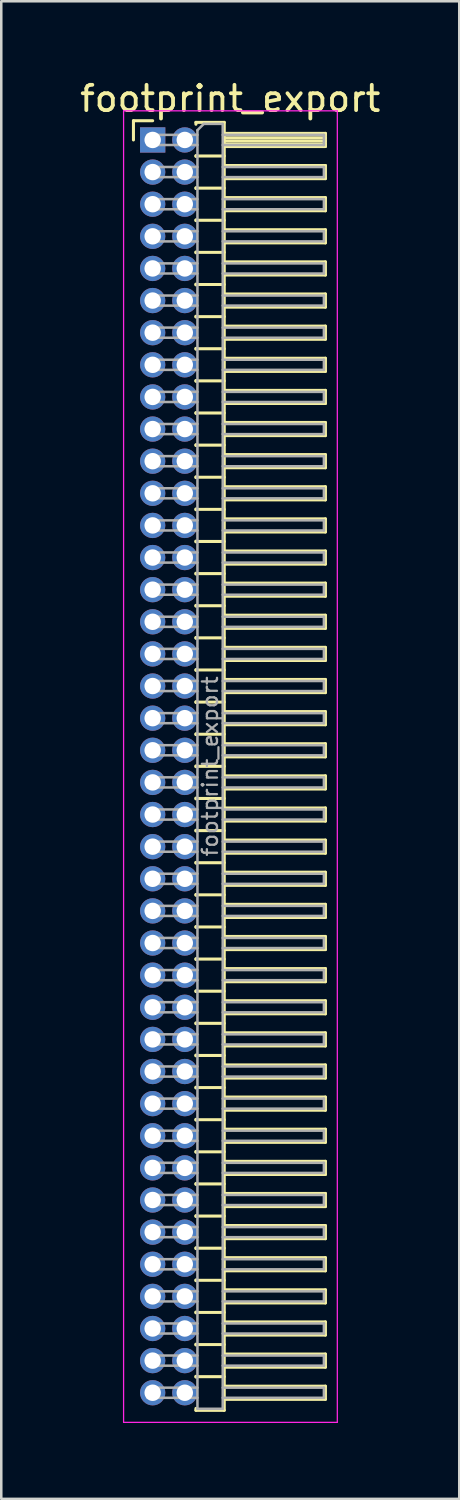
<source format=kicad_pcb>
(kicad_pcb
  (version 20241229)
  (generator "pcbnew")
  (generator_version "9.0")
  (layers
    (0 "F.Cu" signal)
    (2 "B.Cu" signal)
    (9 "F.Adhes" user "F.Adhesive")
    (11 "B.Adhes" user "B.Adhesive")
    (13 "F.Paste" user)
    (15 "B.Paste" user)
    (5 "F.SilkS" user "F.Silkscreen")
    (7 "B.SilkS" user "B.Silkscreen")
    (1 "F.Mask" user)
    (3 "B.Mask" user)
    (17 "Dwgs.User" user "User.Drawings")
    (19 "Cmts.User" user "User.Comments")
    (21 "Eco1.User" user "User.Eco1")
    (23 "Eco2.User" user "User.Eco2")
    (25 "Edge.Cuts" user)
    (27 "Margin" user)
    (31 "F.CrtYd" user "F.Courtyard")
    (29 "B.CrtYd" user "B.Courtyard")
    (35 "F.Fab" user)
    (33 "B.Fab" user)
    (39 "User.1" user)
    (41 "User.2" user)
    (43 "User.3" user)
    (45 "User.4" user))
  (footprint "footprint_export"
    (layer "F.Cu")
    (at 2.986 2.483)
    (property "Reference" "footprint_export" (at 3.067 -1.635 0) (layer "F.SilkS") (effects (font (size 1 1) (thickness 0.15))))
    (attr through_hole)
    (fp_line (start -0.76 -0.76) (end 0 -0.76) (stroke (width 0.12) (type solid)) (layer "F.SilkS"))
    (fp_line (start -0.76 0) (end -0.76 -0.76) (stroke (width 0.12) (type solid)) (layer "F.SilkS"))
    (fp_line (start 1.71 -0.695) (end 2.83 -0.695) (stroke (width 0.12) (type solid)) (layer "F.SilkS"))
    (fp_line (start 1.71 -0.62) (end 1.71 -0.695) (stroke (width 0.12) (type solid)) (layer "F.SilkS"))
    (fp_line (start 1.71 0.62) (end 1.71 0.65) (stroke (width 0.12) (type solid)) (layer "F.SilkS"))
    (fp_line (start 1.71 0.635) (end 2.83 0.635) (stroke (width 0.12) (type solid)) (layer "F.SilkS"))
    (fp_line (start 1.71 1.89) (end 1.71 1.92) (stroke (width 0.12) (type solid)) (layer "F.SilkS"))
    (fp_line (start 1.71 1.905) (end 2.83 1.905) (stroke (width 0.12) (type solid)) (layer "F.SilkS"))
    (fp_line (start 1.71 3.16) (end 1.71 3.19) (stroke (width 0.12) (type solid)) (layer "F.SilkS"))
    (fp_line (start 1.71 3.175) (end 2.83 3.175) (stroke (width 0.12) (type solid)) (layer "F.SilkS"))
    (fp_line (start 1.71 4.43) (end 1.71 4.46) (stroke (width 0.12) (type solid)) (layer "F.SilkS"))
    (fp_line (start 1.71 4.445) (end 2.83 4.445) (stroke (width 0.12) (type solid)) (layer "F.SilkS"))
    (fp_line (start 1.71 5.7) (end 1.71 5.73) (stroke (width 0.12) (type solid)) (layer "F.SilkS"))
    (fp_line (start 1.71 5.715) (end 2.83 5.715) (stroke (width 0.12) (type solid)) (layer "F.SilkS"))
    (fp_line (start 1.71 6.97) (end 1.71 7) (stroke (width 0.12) (type solid)) (layer "F.SilkS"))
    (fp_line (start 1.71 6.985) (end 2.83 6.985) (stroke (width 0.12) (type solid)) (layer "F.SilkS"))
    (fp_line (start 1.71 8.24) (end 1.71 8.27) (stroke (width 0.12) (type solid)) (layer "F.SilkS"))
    (fp_line (start 1.71 8.255) (end 2.83 8.255) (stroke (width 0.12) (type solid)) (layer "F.SilkS"))
    (fp_line (start 1.71 9.51) (end 1.71 9.54) (stroke (width 0.12) (type solid)) (layer "F.SilkS"))
    (fp_line (start 1.71 9.525) (end 2.83 9.525) (stroke (width 0.12) (type solid)) (layer "F.SilkS"))
    (fp_line (start 1.71 10.78) (end 1.71 10.81) (stroke (width 0.12) (type solid)) (layer "F.SilkS"))
    (fp_line (start 1.71 10.795) (end 2.83 10.795) (stroke (width 0.12) (type solid)) (layer "F.SilkS"))
    (fp_line (start 1.71 12.05) (end 1.71 12.08) (stroke (width 0.12) (type solid)) (layer "F.SilkS"))
    (fp_line (start 1.71 12.065) (end 2.83 12.065) (stroke (width 0.12) (type solid)) (layer "F.SilkS"))
    (fp_line (start 1.71 13.32) (end 1.71 13.35) (stroke (width 0.12) (type solid)) (layer "F.SilkS"))
    (fp_line (start 1.71 13.335) (end 2.83 13.335) (stroke (width 0.12) (type solid)) (layer "F.SilkS"))
    (fp_line (start 1.71 14.59) (end 1.71 14.62) (stroke (width 0.12) (type solid)) (layer "F.SilkS"))
    (fp_line (start 1.71 14.605) (end 2.83 14.605) (stroke (width 0.12) (type solid)) (layer "F.SilkS"))
    (fp_line (start 1.71 15.86) (end 1.71 15.89) (stroke (width 0.12) (type solid)) (layer "F.SilkS"))
    (fp_line (start 1.71 15.875) (end 2.83 15.875) (stroke (width 0.12) (type solid)) (layer "F.SilkS"))
    (fp_line (start 1.71 17.13) (end 1.71 17.16) (stroke (width 0.12) (type solid)) (layer "F.SilkS"))
    (fp_line (start 1.71 17.145) (end 2.83 17.145) (stroke (width 0.12) (type solid)) (layer "F.SilkS"))
    (fp_line (start 1.71 18.4) (end 1.71 18.43) (stroke (width 0.12) (type solid)) (layer "F.SilkS"))
    (fp_line (start 1.71 18.415) (end 2.83 18.415) (stroke (width 0.12) (type solid)) (layer "F.SilkS"))
    (fp_line (start 1.71 19.67) (end 1.71 19.7) (stroke (width 0.12) (type solid)) (layer "F.SilkS"))
    (fp_line (start 1.71 19.685) (end 2.83 19.685) (stroke (width 0.12) (type solid)) (layer "F.SilkS"))
    (fp_line (start 1.71 20.94) (end 1.71 20.97) (stroke (width 0.12) (type solid)) (layer "F.SilkS"))
    (fp_line (start 1.71 20.955) (end 2.83 20.955) (stroke (width 0.12) (type solid)) (layer "F.SilkS"))
    (fp_line (start 1.71 22.21) (end 1.71 22.24) (stroke (width 0.12) (type solid)) (layer "F.SilkS"))
    (fp_line (start 1.71 22.225) (end 2.83 22.225) (stroke (width 0.12) (type solid)) (layer "F.SilkS"))
    (fp_line (start 1.71 23.48) (end 1.71 23.51) (stroke (width 0.12) (type solid)) (layer "F.SilkS"))
    (fp_line (start 1.71 23.495) (end 2.83 23.495) (stroke (width 0.12) (type solid)) (layer "F.SilkS"))
    (fp_line (start 1.71 24.75) (end 1.71 24.78) (stroke (width 0.12) (type solid)) (layer "F.SilkS"))
    (fp_line (start 1.71 24.765) (end 2.83 24.765) (stroke (width 0.12) (type solid)) (layer "F.SilkS"))
    (fp_line (start 1.71 26.02) (end 1.71 26.05) (stroke (width 0.12) (type solid)) (layer "F.SilkS"))
    (fp_line (start 1.71 26.035) (end 2.83 26.035) (stroke (width 0.12) (type solid)) (layer "F.SilkS"))
    (fp_line (start 1.71 27.29) (end 1.71 27.32) (stroke (width 0.12) (type solid)) (layer "F.SilkS"))
    (fp_line (start 1.71 27.305) (end 2.83 27.305) (stroke (width 0.12) (type solid)) (layer "F.SilkS"))
    (fp_line (start 1.71 28.56) (end 1.71 28.59) (stroke (width 0.12) (type solid)) (layer "F.SilkS"))
    (fp_line (start 1.71 28.575) (end 2.83 28.575) (stroke (width 0.12) (type solid)) (layer "F.SilkS"))
    (fp_line (start 1.71 29.83) (end 1.71 29.86) (stroke (width 0.12) (type solid)) (layer "F.SilkS"))
    (fp_line (start 1.71 29.845) (end 2.83 29.845) (stroke (width 0.12) (type solid)) (layer "F.SilkS"))
    (fp_line (start 1.71 31.1) (end 1.71 31.13) (stroke (width 0.12) (type solid)) (layer "F.SilkS"))
    (fp_line (start 1.71 31.115) (end 2.83 31.115) (stroke (width 0.12) (type solid)) (layer "F.SilkS"))
    (fp_line (start 1.71 32.37) (end 1.71 32.4) (stroke (width 0.12) (type solid)) (layer "F.SilkS"))
    (fp_line (start 1.71 32.385) (end 2.83 32.385) (stroke (width 0.12) (type solid)) (layer "F.SilkS"))
    (fp_line (start 1.71 33.64) (end 1.71 33.67) (stroke (width 0.12) (type solid)) (layer "F.SilkS"))
    (fp_line (start 1.71 33.655) (end 2.83 33.655) (stroke (width 0.12) (type solid)) (layer "F.SilkS"))
    (fp_line (start 1.71 34.91) (end 1.71 34.94) (stroke (width 0.12) (type solid)) (layer "F.SilkS"))
    (fp_line (start 1.71 34.925) (end 2.83 34.925) (stroke (width 0.12) (type solid)) (layer "F.SilkS"))
    (fp_line (start 1.71 36.18) (end 1.71 36.21) (stroke (width 0.12) (type solid)) (layer "F.SilkS"))
    (fp_line (start 1.71 36.195) (end 2.83 36.195) (stroke (width 0.12) (type solid)) (layer "F.SilkS"))
    (fp_line (start 1.71 37.45) (end 1.71 37.48) (stroke (width 0.12) (type solid)) (layer "F.SilkS"))
    (fp_line (start 1.71 37.465) (end 2.83 37.465) (stroke (width 0.12) (type solid)) (layer "F.SilkS"))
    (fp_line (start 1.71 38.72) (end 1.71 38.75) (stroke (width 0.12) (type solid)) (layer "F.SilkS"))
    (fp_line (start 1.71 38.735) (end 2.83 38.735) (stroke (width 0.12) (type solid)) (layer "F.SilkS"))
    (fp_line (start 1.71 39.99) (end 1.71 40.02) (stroke (width 0.12) (type solid)) (layer "F.SilkS"))
    (fp_line (start 1.71 40.005) (end 2.83 40.005) (stroke (width 0.12) (type solid)) (layer "F.SilkS"))
    (fp_line (start 1.71 41.26) (end 1.71 41.29) (stroke (width 0.12) (type solid)) (layer "F.SilkS"))
    (fp_line (start 1.71 41.275) (end 2.83 41.275) (stroke (width 0.12) (type solid)) (layer "F.SilkS"))
    (fp_line (start 1.71 42.53) (end 1.71 42.56) (stroke (width 0.12) (type solid)) (layer "F.SilkS"))
    (fp_line (start 1.71 42.545) (end 2.83 42.545) (stroke (width 0.12) (type solid)) (layer "F.SilkS"))
    (fp_line (start 1.71 43.8) (end 1.71 43.83) (stroke (width 0.12) (type solid)) (layer "F.SilkS"))
    (fp_line (start 1.71 43.815) (end 2.83 43.815) (stroke (width 0.12) (type solid)) (layer "F.SilkS"))
    (fp_line (start 1.71 45.07) (end 1.71 45.1) (stroke (width 0.12) (type solid)) (layer "F.SilkS"))
    (fp_line (start 1.71 45.085) (end 2.83 45.085) (stroke (width 0.12) (type solid)) (layer "F.SilkS"))
    (fp_line (start 1.71 46.34) (end 1.71 46.37) (stroke (width 0.12) (type solid)) (layer "F.SilkS"))
    (fp_line (start 1.71 46.355) (end 2.83 46.355) (stroke (width 0.12) (type solid)) (layer "F.SilkS"))
    (fp_line (start 1.71 47.61) (end 1.71 47.64) (stroke (width 0.12) (type solid)) (layer "F.SilkS"))
    (fp_line (start 1.71 47.625) (end 2.83 47.625) (stroke (width 0.12) (type solid)) (layer "F.SilkS"))
    (fp_line (start 1.71 48.88) (end 1.71 48.91) (stroke (width 0.12) (type solid)) (layer "F.SilkS"))
    (fp_line (start 1.71 48.895) (end 2.83 48.895) (stroke (width 0.12) (type solid)) (layer "F.SilkS"))
    (fp_line (start 1.71 50.225) (end 1.71 50.15) (stroke (width 0.12) (type solid)) (layer "F.SilkS"))
    (fp_line (start 2.83 -0.695) (end 2.83 50.225) (stroke (width 0.12) (type solid)) (layer "F.SilkS"))
    (fp_line (start 2.83 -0.26) (end 6.83 -0.26) (stroke (width 0.12) (type solid)) (layer "F.SilkS"))
    (fp_line (start 2.83 -0.2) (end 6.83 -0.2) (stroke (width 0.12) (type solid)) (layer "F.SilkS"))
    (fp_line (start 2.83 -0.08) (end 6.83 -0.08) (stroke (width 0.12) (type solid)) (layer "F.SilkS"))
    (fp_line (start 2.83 0.04) (end 6.83 0.04) (stroke (width 0.12) (type solid)) (layer "F.SilkS"))
    (fp_line (start 2.83 0.16) (end 6.83 0.16) (stroke (width 0.12) (type solid)) (layer "F.SilkS"))
    (fp_line (start 2.83 1.01) (end 6.83 1.01) (stroke (width 0.12) (type solid)) (layer "F.SilkS"))
    (fp_line (start 2.83 2.28) (end 6.83 2.28) (stroke (width 0.12) (type solid)) (layer "F.SilkS"))
    (fp_line (start 2.83 3.55) (end 6.83 3.55) (stroke (width 0.12) (type solid)) (layer "F.SilkS"))
    (fp_line (start 2.83 4.82) (end 6.83 4.82) (stroke (width 0.12) (type solid)) (layer "F.SilkS"))
    (fp_line (start 2.83 6.09) (end 6.83 6.09) (stroke (width 0.12) (type solid)) (layer "F.SilkS"))
    (fp_line (start 2.83 7.36) (end 6.83 7.36) (stroke (width 0.12) (type solid)) (layer "F.SilkS"))
    (fp_line (start 2.83 8.63) (end 6.83 8.63) (stroke (width 0.12) (type solid)) (layer "F.SilkS"))
    (fp_line (start 2.83 9.9) (end 6.83 9.9) (stroke (width 0.12) (type solid)) (layer "F.SilkS"))
    (fp_line (start 2.83 11.17) (end 6.83 11.17) (stroke (width 0.12) (type solid)) (layer "F.SilkS"))
    (fp_line (start 2.83 12.44) (end 6.83 12.44) (stroke (width 0.12) (type solid)) (layer "F.SilkS"))
    (fp_line (start 2.83 13.71) (end 6.83 13.71) (stroke (width 0.12) (type solid)) (layer "F.SilkS"))
    (fp_line (start 2.83 14.98) (end 6.83 14.98) (stroke (width 0.12) (type solid)) (layer "F.SilkS"))
    (fp_line (start 2.83 16.25) (end 6.83 16.25) (stroke (width 0.12) (type solid)) (layer "F.SilkS"))
    (fp_line (start 2.83 17.52) (end 6.83 17.52) (stroke (width 0.12) (type solid)) (layer "F.SilkS"))
    (fp_line (start 2.83 18.79) (end 6.83 18.79) (stroke (width 0.12) (type solid)) (layer "F.SilkS"))
    (fp_line (start 2.83 20.06) (end 6.83 20.06) (stroke (width 0.12) (type solid)) (layer "F.SilkS"))
    (fp_line (start 2.83 21.33) (end 6.83 21.33) (stroke (width 0.12) (type solid)) (layer "F.SilkS"))
    (fp_line (start 2.83 22.6) (end 6.83 22.6) (stroke (width 0.12) (type solid)) (layer "F.SilkS"))
    (fp_line (start 2.83 23.87) (end 6.83 23.87) (stroke (width 0.12) (type solid)) (layer "F.SilkS"))
    (fp_line (start 2.83 25.14) (end 6.83 25.14) (stroke (width 0.12) (type solid)) (layer "F.SilkS"))
    (fp_line (start 2.83 26.41) (end 6.83 26.41) (stroke (width 0.12) (type solid)) (layer "F.SilkS"))
    (fp_line (start 2.83 27.68) (end 6.83 27.68) (stroke (width 0.12) (type solid)) (layer "F.SilkS"))
    (fp_line (start 2.83 28.95) (end 6.83 28.95) (stroke (width 0.12) (type solid)) (layer "F.SilkS"))
    (fp_line (start 2.83 30.22) (end 6.83 30.22) (stroke (width 0.12) (type solid)) (layer "F.SilkS"))
    (fp_line (start 2.83 31.49) (end 6.83 31.49) (stroke (width 0.12) (type solid)) (layer "F.SilkS"))
    (fp_line (start 2.83 32.76) (end 6.83 32.76) (stroke (width 0.12) (type solid)) (layer "F.SilkS"))
    (fp_line (start 2.83 34.03) (end 6.83 34.03) (stroke (width 0.12) (type solid)) (layer "F.SilkS"))
    (fp_line (start 2.83 35.3) (end 6.83 35.3) (stroke (width 0.12) (type solid)) (layer "F.SilkS"))
    (fp_line (start 2.83 36.57) (end 6.83 36.57) (stroke (width 0.12) (type solid)) (layer "F.SilkS"))
    (fp_line (start 2.83 37.84) (end 6.83 37.84) (stroke (width 0.12) (type solid)) (layer "F.SilkS"))
    (fp_line (start 2.83 39.11) (end 6.83 39.11) (stroke (width 0.12) (type solid)) (layer "F.SilkS"))
    (fp_line (start 2.83 40.38) (end 6.83 40.38) (stroke (width 0.12) (type solid)) (layer "F.SilkS"))
    (fp_line (start 2.83 41.65) (end 6.83 41.65) (stroke (width 0.12) (type solid)) (layer "F.SilkS"))
    (fp_line (start 2.83 42.92) (end 6.83 42.92) (stroke (width 0.12) (type solid)) (layer "F.SilkS"))
    (fp_line (start 2.83 44.19) (end 6.83 44.19) (stroke (width 0.12) (type solid)) (layer "F.SilkS"))
    (fp_line (start 2.83 45.46) (end 6.83 45.46) (stroke (width 0.12) (type solid)) (layer "F.SilkS"))
    (fp_line (start 2.83 46.73) (end 6.83 46.73) (stroke (width 0.12) (type solid)) (layer "F.SilkS"))
    (fp_line (start 2.83 48) (end 6.83 48) (stroke (width 0.12) (type solid)) (layer "F.SilkS"))
    (fp_line (start 2.83 49.27) (end 6.83 49.27) (stroke (width 0.12) (type solid)) (layer "F.SilkS"))
    (fp_line (start 2.83 50.225) (end 1.71 50.225) (stroke (width 0.12) (type solid)) (layer "F.SilkS"))
    (fp_line (start 6.83 -0.26) (end 6.83 0.26) (stroke (width 0.12) (type solid)) (layer "F.SilkS"))
    (fp_line (start 6.83 0.26) (end 2.83 0.26) (stroke (width 0.12) (type solid)) (layer "F.SilkS"))
    (fp_line (start 6.83 1.01) (end 6.83 1.53) (stroke (width 0.12) (type solid)) (layer "F.SilkS"))
    (fp_line (start 6.83 1.53) (end 2.83 1.53) (stroke (width 0.12) (type solid)) (layer "F.SilkS"))
    (fp_line (start 6.83 2.28) (end 6.83 2.8) (stroke (width 0.12) (type solid)) (layer "F.SilkS"))
    (fp_line (start 6.83 2.8) (end 2.83 2.8) (stroke (width 0.12) (type solid)) (layer "F.SilkS"))
    (fp_line (start 6.83 3.55) (end 6.83 4.07) (stroke (width 0.12) (type solid)) (layer "F.SilkS"))
    (fp_line (start 6.83 4.07) (end 2.83 4.07) (stroke (width 0.12) (type solid)) (layer "F.SilkS"))
    (fp_line (start 6.83 4.82) (end 6.83 5.34) (stroke (width 0.12) (type solid)) (layer "F.SilkS"))
    (fp_line (start 6.83 5.34) (end 2.83 5.34) (stroke (width 0.12) (type solid)) (layer "F.SilkS"))
    (fp_line (start 6.83 6.09) (end 6.83 6.61) (stroke (width 0.12) (type solid)) (layer "F.SilkS"))
    (fp_line (start 6.83 6.61) (end 2.83 6.61) (stroke (width 0.12) (type solid)) (layer "F.SilkS"))
    (fp_line (start 6.83 7.36) (end 6.83 7.88) (stroke (width 0.12) (type solid)) (layer "F.SilkS"))
    (fp_line (start 6.83 7.88) (end 2.83 7.88) (stroke (width 0.12) (type solid)) (layer "F.SilkS"))
    (fp_line (start 6.83 8.63) (end 6.83 9.15) (stroke (width 0.12) (type solid)) (layer "F.SilkS"))
    (fp_line (start 6.83 9.15) (end 2.83 9.15) (stroke (width 0.12) (type solid)) (layer "F.SilkS"))
    (fp_line (start 6.83 9.9) (end 6.83 10.42) (stroke (width 0.12) (type solid)) (layer "F.SilkS"))
    (fp_line (start 6.83 10.42) (end 2.83 10.42) (stroke (width 0.12) (type solid)) (layer "F.SilkS"))
    (fp_line (start 6.83 11.17) (end 6.83 11.69) (stroke (width 0.12) (type solid)) (layer "F.SilkS"))
    (fp_line (start 6.83 11.69) (end 2.83 11.69) (stroke (width 0.12) (type solid)) (layer "F.SilkS"))
    (fp_line (start 6.83 12.44) (end 6.83 12.96) (stroke (width 0.12) (type solid)) (layer "F.SilkS"))
    (fp_line (start 6.83 12.96) (end 2.83 12.96) (stroke (width 0.12) (type solid)) (layer "F.SilkS"))
    (fp_line (start 6.83 13.71) (end 6.83 14.23) (stroke (width 0.12) (type solid)) (layer "F.SilkS"))
    (fp_line (start 6.83 14.23) (end 2.83 14.23) (stroke (width 0.12) (type solid)) (layer "F.SilkS"))
    (fp_line (start 6.83 14.98) (end 6.83 15.5) (stroke (width 0.12) (type solid)) (layer "F.SilkS"))
    (fp_line (start 6.83 15.5) (end 2.83 15.5) (stroke (width 0.12) (type solid)) (layer "F.SilkS"))
    (fp_line (start 6.83 16.25) (end 6.83 16.77) (stroke (width 0.12) (type solid)) (layer "F.SilkS"))
    (fp_line (start 6.83 16.77) (end 2.83 16.77) (stroke (width 0.12) (type solid)) (layer "F.SilkS"))
    (fp_line (start 6.83 17.52) (end 6.83 18.04) (stroke (width 0.12) (type solid)) (layer "F.SilkS"))
    (fp_line (start 6.83 18.04) (end 2.83 18.04) (stroke (width 0.12) (type solid)) (layer "F.SilkS"))
    (fp_line (start 6.83 18.79) (end 6.83 19.31) (stroke (width 0.12) (type solid)) (layer "F.SilkS"))
    (fp_line (start 6.83 19.31) (end 2.83 19.31) (stroke (width 0.12) (type solid)) (layer "F.SilkS"))
    (fp_line (start 6.83 20.06) (end 6.83 20.58) (stroke (width 0.12) (type solid)) (layer "F.SilkS"))
    (fp_line (start 6.83 20.58) (end 2.83 20.58) (stroke (width 0.12) (type solid)) (layer "F.SilkS"))
    (fp_line (start 6.83 21.33) (end 6.83 21.85) (stroke (width 0.12) (type solid)) (layer "F.SilkS"))
    (fp_line (start 6.83 21.85) (end 2.83 21.85) (stroke (width 0.12) (type solid)) (layer "F.SilkS"))
    (fp_line (start 6.83 22.6) (end 6.83 23.12) (stroke (width 0.12) (type solid)) (layer "F.SilkS"))
    (fp_line (start 6.83 23.12) (end 2.83 23.12) (stroke (width 0.12) (type solid)) (layer "F.SilkS"))
    (fp_line (start 6.83 23.87) (end 6.83 24.39) (stroke (width 0.12) (type solid)) (layer "F.SilkS"))
    (fp_line (start 6.83 24.39) (end 2.83 24.39) (stroke (width 0.12) (type solid)) (layer "F.SilkS"))
    (fp_line (start 6.83 25.14) (end 6.83 25.66) (stroke (width 0.12) (type solid)) (layer "F.SilkS"))
    (fp_line (start 6.83 25.66) (end 2.83 25.66) (stroke (width 0.12) (type solid)) (layer "F.SilkS"))
    (fp_line (start 6.83 26.41) (end 6.83 26.93) (stroke (width 0.12) (type solid)) (layer "F.SilkS"))
    (fp_line (start 6.83 26.93) (end 2.83 26.93) (stroke (width 0.12) (type solid)) (layer "F.SilkS"))
    (fp_line (start 6.83 27.68) (end 6.83 28.2) (stroke (width 0.12) (type solid)) (layer "F.SilkS"))
    (fp_line (start 6.83 28.2) (end 2.83 28.2) (stroke (width 0.12) (type solid)) (layer "F.SilkS"))
    (fp_line (start 6.83 28.95) (end 6.83 29.47) (stroke (width 0.12) (type solid)) (layer "F.SilkS"))
    (fp_line (start 6.83 29.47) (end 2.83 29.47) (stroke (width 0.12) (type solid)) (layer "F.SilkS"))
    (fp_line (start 6.83 30.22) (end 6.83 30.74) (stroke (width 0.12) (type solid)) (layer "F.SilkS"))
    (fp_line (start 6.83 30.74) (end 2.83 30.74) (stroke (width 0.12) (type solid)) (layer "F.SilkS"))
    (fp_line (start 6.83 31.49) (end 6.83 32.01) (stroke (width 0.12) (type solid)) (layer "F.SilkS"))
    (fp_line (start 6.83 32.01) (end 2.83 32.01) (stroke (width 0.12) (type solid)) (layer "F.SilkS"))
    (fp_line (start 6.83 32.76) (end 6.83 33.28) (stroke (width 0.12) (type solid)) (layer "F.SilkS"))
    (fp_line (start 6.83 33.28) (end 2.83 33.28) (stroke (width 0.12) (type solid)) (layer "F.SilkS"))
    (fp_line (start 6.83 34.03) (end 6.83 34.55) (stroke (width 0.12) (type solid)) (layer "F.SilkS"))
    (fp_line (start 6.83 34.55) (end 2.83 34.55) (stroke (width 0.12) (type solid)) (layer "F.SilkS"))
    (fp_line (start 6.83 35.3) (end 6.83 35.82) (stroke (width 0.12) (type solid)) (layer "F.SilkS"))
    (fp_line (start 6.83 35.82) (end 2.83 35.82) (stroke (width 0.12) (type solid)) (layer "F.SilkS"))
    (fp_line (start 6.83 36.57) (end 6.83 37.09) (stroke (width 0.12) (type solid)) (layer "F.SilkS"))
    (fp_line (start 6.83 37.09) (end 2.83 37.09) (stroke (width 0.12) (type solid)) (layer "F.SilkS"))
    (fp_line (start 6.83 37.84) (end 6.83 38.36) (stroke (width 0.12) (type solid)) (layer "F.SilkS"))
    (fp_line (start 6.83 38.36) (end 2.83 38.36) (stroke (width 0.12) (type solid)) (layer "F.SilkS"))
    (fp_line (start 6.83 39.11) (end 6.83 39.63) (stroke (width 0.12) (type solid)) (layer "F.SilkS"))
    (fp_line (start 6.83 39.63) (end 2.83 39.63) (stroke (width 0.12) (type solid)) (layer "F.SilkS"))
    (fp_line (start 6.83 40.38) (end 6.83 40.9) (stroke (width 0.12) (type solid)) (layer "F.SilkS"))
    (fp_line (start 6.83 40.9) (end 2.83 40.9) (stroke (width 0.12) (type solid)) (layer "F.SilkS"))
    (fp_line (start 6.83 41.65) (end 6.83 42.17) (stroke (width 0.12) (type solid)) (layer "F.SilkS"))
    (fp_line (start 6.83 42.17) (end 2.83 42.17) (stroke (width 0.12) (type solid)) (layer "F.SilkS"))
    (fp_line (start 6.83 42.92) (end 6.83 43.44) (stroke (width 0.12) (type solid)) (layer "F.SilkS"))
    (fp_line (start 6.83 43.44) (end 2.83 43.44) (stroke (width 0.12) (type solid)) (layer "F.SilkS"))
    (fp_line (start 6.83 44.19) (end 6.83 44.71) (stroke (width 0.12) (type solid)) (layer "F.SilkS"))
    (fp_line (start 6.83 44.71) (end 2.83 44.71) (stroke (width 0.12) (type solid)) (layer "F.SilkS"))
    (fp_line (start 6.83 45.46) (end 6.83 45.98) (stroke (width 0.12) (type solid)) (layer "F.SilkS"))
    (fp_line (start 6.83 45.98) (end 2.83 45.98) (stroke (width 0.12) (type solid)) (layer "F.SilkS"))
    (fp_line (start 6.83 46.73) (end 6.83 47.25) (stroke (width 0.12) (type solid)) (layer "F.SilkS"))
    (fp_line (start 6.83 47.25) (end 2.83 47.25) (stroke (width 0.12) (type solid)) (layer "F.SilkS"))
    (fp_line (start 6.83 48) (end 6.83 48.52) (stroke (width 0.12) (type solid)) (layer "F.SilkS"))
    (fp_line (start 6.83 48.52) (end 2.83 48.52) (stroke (width 0.12) (type solid)) (layer "F.SilkS"))
    (fp_line (start 6.83 49.27) (end 6.83 49.79) (stroke (width 0.12) (type solid)) (layer "F.SilkS"))
    (fp_line (start 6.83 49.79) (end 2.83 49.79) (stroke (width 0.12) (type solid)) (layer "F.SilkS"))
    (fp_line (start -1.15 -1.15) (end -1.15 50.7) (stroke (width 0.05) (type solid)) (layer "F.CrtYd"))
    (fp_line (start -1.15 50.7) (end 7.3 50.7) (stroke (width 0.05) (type solid)) (layer "F.CrtYd"))
    (fp_line (start 7.3 -1.15) (end -1.15 -1.15) (stroke (width 0.05) (type solid)) (layer "F.CrtYd"))
    (fp_line (start 7.3 50.7) (end 7.3 -1.15) (stroke (width 0.05) (type solid)) (layer "F.CrtYd"))
    (fp_line (start -0.2 -0.2) (end -0.2 0.2) (stroke (width 0.1) (type solid)) (layer "F.Fab"))
    (fp_line (start -0.2 -0.2) (end 1.77 -0.2) (stroke (width 0.1) (type solid)) (layer "F.Fab"))
    (fp_line (start -0.2 0.2) (end 1.77 0.2) (stroke (width 0.1) (type solid)) (layer "F.Fab"))
    (fp_line (start -0.2 1.07) (end -0.2 1.47) (stroke (width 0.1) (type solid)) (layer "F.Fab"))
    (fp_line (start -0.2 1.07) (end 1.77 1.07) (stroke (width 0.1) (type solid)) (layer "F.Fab"))
    (fp_line (start -0.2 1.47) (end 1.77 1.47) (stroke (width 0.1) (type solid)) (layer "F.Fab"))
    (fp_line (start -0.2 2.34) (end -0.2 2.74) (stroke (width 0.1) (type solid)) (layer "F.Fab"))
    (fp_line (start -0.2 2.34) (end 1.77 2.34) (stroke (width 0.1) (type solid)) (layer "F.Fab"))
    (fp_line (start -0.2 2.74) (end 1.77 2.74) (stroke (width 0.1) (type solid)) (layer "F.Fab"))
    (fp_line (start -0.2 3.61) (end -0.2 4.01) (stroke (width 0.1) (type solid)) (layer "F.Fab"))
    (fp_line (start -0.2 3.61) (end 1.77 3.61) (stroke (width 0.1) (type solid)) (layer "F.Fab"))
    (fp_line (start -0.2 4.01) (end 1.77 4.01) (stroke (width 0.1) (type solid)) (layer "F.Fab"))
    (fp_line (start -0.2 4.88) (end -0.2 5.28) (stroke (width 0.1) (type solid)) (layer "F.Fab"))
    (fp_line (start -0.2 4.88) (end 1.77 4.88) (stroke (width 0.1) (type solid)) (layer "F.Fab"))
    (fp_line (start -0.2 5.28) (end 1.77 5.28) (stroke (width 0.1) (type solid)) (layer "F.Fab"))
    (fp_line (start -0.2 6.15) (end -0.2 6.55) (stroke (width 0.1) (type solid)) (layer "F.Fab"))
    (fp_line (start -0.2 6.15) (end 1.77 6.15) (stroke (width 0.1) (type solid)) (layer "F.Fab"))
    (fp_line (start -0.2 6.55) (end 1.77 6.55) (stroke (width 0.1) (type solid)) (layer "F.Fab"))
    (fp_line (start -0.2 7.42) (end -0.2 7.82) (stroke (width 0.1) (type solid)) (layer "F.Fab"))
    (fp_line (start -0.2 7.42) (end 1.77 7.42) (stroke (width 0.1) (type solid)) (layer "F.Fab"))
    (fp_line (start -0.2 7.82) (end 1.77 7.82) (stroke (width 0.1) (type solid)) (layer "F.Fab"))
    (fp_line (start -0.2 8.69) (end -0.2 9.09) (stroke (width 0.1) (type solid)) (layer "F.Fab"))
    (fp_line (start -0.2 8.69) (end 1.77 8.69) (stroke (width 0.1) (type solid)) (layer "F.Fab"))
    (fp_line (start -0.2 9.09) (end 1.77 9.09) (stroke (width 0.1) (type solid)) (layer "F.Fab"))
    (fp_line (start -0.2 9.96) (end -0.2 10.36) (stroke (width 0.1) (type solid)) (layer "F.Fab"))
    (fp_line (start -0.2 9.96) (end 1.77 9.96) (stroke (width 0.1) (type solid)) (layer "F.Fab"))
    (fp_line (start -0.2 10.36) (end 1.77 10.36) (stroke (width 0.1) (type solid)) (layer "F.Fab"))
    (fp_line (start -0.2 11.23) (end -0.2 11.63) (stroke (width 0.1) (type solid)) (layer "F.Fab"))
    (fp_line (start -0.2 11.23) (end 1.77 11.23) (stroke (width 0.1) (type solid)) (layer "F.Fab"))
    (fp_line (start -0.2 11.63) (end 1.77 11.63) (stroke (width 0.1) (type solid)) (layer "F.Fab"))
    (fp_line (start -0.2 12.5) (end -0.2 12.9) (stroke (width 0.1) (type solid)) (layer "F.Fab"))
    (fp_line (start -0.2 12.5) (end 1.77 12.5) (stroke (width 0.1) (type solid)) (layer "F.Fab"))
    (fp_line (start -0.2 12.9) (end 1.77 12.9) (stroke (width 0.1) (type solid)) (layer "F.Fab"))
    (fp_line (start -0.2 13.77) (end -0.2 14.17) (stroke (width 0.1) (type solid)) (layer "F.Fab"))
    (fp_line (start -0.2 13.77) (end 1.77 13.77) (stroke (width 0.1) (type solid)) (layer "F.Fab"))
    (fp_line (start -0.2 14.17) (end 1.77 14.17) (stroke (width 0.1) (type solid)) (layer "F.Fab"))
    (fp_line (start -0.2 15.04) (end -0.2 15.44) (stroke (width 0.1) (type solid)) (layer "F.Fab"))
    (fp_line (start -0.2 15.04) (end 1.77 15.04) (stroke (width 0.1) (type solid)) (layer "F.Fab"))
    (fp_line (start -0.2 15.44) (end 1.77 15.44) (stroke (width 0.1) (type solid)) (layer "F.Fab"))
    (fp_line (start -0.2 16.31) (end -0.2 16.71) (stroke (width 0.1) (type solid)) (layer "F.Fab"))
    (fp_line (start -0.2 16.31) (end 1.77 16.31) (stroke (width 0.1) (type solid)) (layer "F.Fab"))
    (fp_line (start -0.2 16.71) (end 1.77 16.71) (stroke (width 0.1) (type solid)) (layer "F.Fab"))
    (fp_line (start -0.2 17.58) (end -0.2 17.98) (stroke (width 0.1) (type solid)) (layer "F.Fab"))
    (fp_line (start -0.2 17.58) (end 1.77 17.58) (stroke (width 0.1) (type solid)) (layer "F.Fab"))
    (fp_line (start -0.2 17.98) (end 1.77 17.98) (stroke (width 0.1) (type solid)) (layer "F.Fab"))
    (fp_line (start -0.2 18.85) (end -0.2 19.25) (stroke (width 0.1) (type solid)) (layer "F.Fab"))
    (fp_line (start -0.2 18.85) (end 1.77 18.85) (stroke (width 0.1) (type solid)) (layer "F.Fab"))
    (fp_line (start -0.2 19.25) (end 1.77 19.25) (stroke (width 0.1) (type solid)) (layer "F.Fab"))
    (fp_line (start -0.2 20.12) (end -0.2 20.52) (stroke (width 0.1) (type solid)) (layer "F.Fab"))
    (fp_line (start -0.2 20.12) (end 1.77 20.12) (stroke (width 0.1) (type solid)) (layer "F.Fab"))
    (fp_line (start -0.2 20.52) (end 1.77 20.52) (stroke (width 0.1) (type solid)) (layer "F.Fab"))
    (fp_line (start -0.2 21.39) (end -0.2 21.79) (stroke (width 0.1) (type solid)) (layer "F.Fab"))
    (fp_line (start -0.2 21.39) (end 1.77 21.39) (stroke (width 0.1) (type solid)) (layer "F.Fab"))
    (fp_line (start -0.2 21.79) (end 1.77 21.79) (stroke (width 0.1) (type solid)) (layer "F.Fab"))
    (fp_line (start -0.2 22.66) (end -0.2 23.06) (stroke (width 0.1) (type solid)) (layer "F.Fab"))
    (fp_line (start -0.2 22.66) (end 1.77 22.66) (stroke (width 0.1) (type solid)) (layer "F.Fab"))
    (fp_line (start -0.2 23.06) (end 1.77 23.06) (stroke (width 0.1) (type solid)) (layer "F.Fab"))
    (fp_line (start -0.2 23.93) (end -0.2 24.33) (stroke (width 0.1) (type solid)) (layer "F.Fab"))
    (fp_line (start -0.2 23.93) (end 1.77 23.93) (stroke (width 0.1) (type solid)) (layer "F.Fab"))
    (fp_line (start -0.2 24.33) (end 1.77 24.33) (stroke (width 0.1) (type solid)) (layer "F.Fab"))
    (fp_line (start -0.2 25.2) (end -0.2 25.6) (stroke (width 0.1) (type solid)) (layer "F.Fab"))
    (fp_line (start -0.2 25.2) (end 1.77 25.2) (stroke (width 0.1) (type solid)) (layer "F.Fab"))
    (fp_line (start -0.2 25.6) (end 1.77 25.6) (stroke (width 0.1) (type solid)) (layer "F.Fab"))
    (fp_line (start -0.2 26.47) (end -0.2 26.87) (stroke (width 0.1) (type solid)) (layer "F.Fab"))
    (fp_line (start -0.2 26.47) (end 1.77 26.47) (stroke (width 0.1) (type solid)) (layer "F.Fab"))
    (fp_line (start -0.2 26.87) (end 1.77 26.87) (stroke (width 0.1) (type solid)) (layer "F.Fab"))
    (fp_line (start -0.2 27.74) (end -0.2 28.14) (stroke (width 0.1) (type solid)) (layer "F.Fab"))
    (fp_line (start -0.2 27.74) (end 1.77 27.74) (stroke (width 0.1) (type solid)) (layer "F.Fab"))
    (fp_line (start -0.2 28.14) (end 1.77 28.14) (stroke (width 0.1) (type solid)) (layer "F.Fab"))
    (fp_line (start -0.2 29.01) (end -0.2 29.41) (stroke (width 0.1) (type solid)) (layer "F.Fab"))
    (fp_line (start -0.2 29.01) (end 1.77 29.01) (stroke (width 0.1) (type solid)) (layer "F.Fab"))
    (fp_line (start -0.2 29.41) (end 1.77 29.41) (stroke (width 0.1) (type solid)) (layer "F.Fab"))
    (fp_line (start -0.2 30.28) (end -0.2 30.68) (stroke (width 0.1) (type solid)) (layer "F.Fab"))
    (fp_line (start -0.2 30.28) (end 1.77 30.28) (stroke (width 0.1) (type solid)) (layer "F.Fab"))
    (fp_line (start -0.2 30.68) (end 1.77 30.68) (stroke (width 0.1) (type solid)) (layer "F.Fab"))
    (fp_line (start -0.2 31.55) (end -0.2 31.95) (stroke (width 0.1) (type solid)) (layer "F.Fab"))
    (fp_line (start -0.2 31.55) (end 1.77 31.55) (stroke (width 0.1) (type solid)) (layer "F.Fab"))
    (fp_line (start -0.2 31.95) (end 1.77 31.95) (stroke (width 0.1) (type solid)) (layer "F.Fab"))
    (fp_line (start -0.2 32.82) (end -0.2 33.22) (stroke (width 0.1) (type solid)) (layer "F.Fab"))
    (fp_line (start -0.2 32.82) (end 1.77 32.82) (stroke (width 0.1) (type solid)) (layer "F.Fab"))
    (fp_line (start -0.2 33.22) (end 1.77 33.22) (stroke (width 0.1) (type solid)) (layer "F.Fab"))
    (fp_line (start -0.2 34.09) (end -0.2 34.49) (stroke (width 0.1) (type solid)) (layer "F.Fab"))
    (fp_line (start -0.2 34.09) (end 1.77 34.09) (stroke (width 0.1) (type solid)) (layer "F.Fab"))
    (fp_line (start -0.2 34.49) (end 1.77 34.49) (stroke (width 0.1) (type solid)) (layer "F.Fab"))
    (fp_line (start -0.2 35.36) (end -0.2 35.76) (stroke (width 0.1) (type solid)) (layer "F.Fab"))
    (fp_line (start -0.2 35.36) (end 1.77 35.36) (stroke (width 0.1) (type solid)) (layer "F.Fab"))
    (fp_line (start -0.2 35.76) (end 1.77 35.76) (stroke (width 0.1) (type solid)) (layer "F.Fab"))
    (fp_line (start -0.2 36.63) (end -0.2 37.03) (stroke (width 0.1) (type solid)) (layer "F.Fab"))
    (fp_line (start -0.2 36.63) (end 1.77 36.63) (stroke (width 0.1) (type solid)) (layer "F.Fab"))
    (fp_line (start -0.2 37.03) (end 1.77 37.03) (stroke (width 0.1) (type solid)) (layer "F.Fab"))
    (fp_line (start -0.2 37.9) (end -0.2 38.3) (stroke (width 0.1) (type solid)) (layer "F.Fab"))
    (fp_line (start -0.2 37.9) (end 1.77 37.9) (stroke (width 0.1) (type solid)) (layer "F.Fab"))
    (fp_line (start -0.2 38.3) (end 1.77 38.3) (stroke (width 0.1) (type solid)) (layer "F.Fab"))
    (fp_line (start -0.2 39.17) (end -0.2 39.57) (stroke (width 0.1) (type solid)) (layer "F.Fab"))
    (fp_line (start -0.2 39.17) (end 1.77 39.17) (stroke (width 0.1) (type solid)) (layer "F.Fab"))
    (fp_line (start -0.2 39.57) (end 1.77 39.57) (stroke (width 0.1) (type solid)) (layer "F.Fab"))
    (fp_line (start -0.2 40.44) (end -0.2 40.84) (stroke (width 0.1) (type solid)) (layer "F.Fab"))
    (fp_line (start -0.2 40.44) (end 1.77 40.44) (stroke (width 0.1) (type solid)) (layer "F.Fab"))
    (fp_line (start -0.2 40.84) (end 1.77 40.84) (stroke (width 0.1) (type solid)) (layer "F.Fab"))
    (fp_line (start -0.2 41.71) (end -0.2 42.11) (stroke (width 0.1) (type solid)) (layer "F.Fab"))
    (fp_line (start -0.2 41.71) (end 1.77 41.71) (stroke (width 0.1) (type solid)) (layer "F.Fab"))
    (fp_line (start -0.2 42.11) (end 1.77 42.11) (stroke (width 0.1) (type solid)) (layer "F.Fab"))
    (fp_line (start -0.2 42.98) (end -0.2 43.38) (stroke (width 0.1) (type solid)) (layer "F.Fab"))
    (fp_line (start -0.2 42.98) (end 1.77 42.98) (stroke (width 0.1) (type solid)) (layer "F.Fab"))
    (fp_line (start -0.2 43.38) (end 1.77 43.38) (stroke (width 0.1) (type solid)) (layer "F.Fab"))
    (fp_line (start -0.2 44.25) (end -0.2 44.65) (stroke (width 0.1) (type solid)) (layer "F.Fab"))
    (fp_line (start -0.2 44.25) (end 1.77 44.25) (stroke (width 0.1) (type solid)) (layer "F.Fab"))
    (fp_line (start -0.2 44.65) (end 1.77 44.65) (stroke (width 0.1) (type solid)) (layer "F.Fab"))
    (fp_line (start -0.2 45.52) (end -0.2 45.92) (stroke (width 0.1) (type solid)) (layer "F.Fab"))
    (fp_line (start -0.2 45.52) (end 1.77 45.52) (stroke (width 0.1) (type solid)) (layer "F.Fab"))
    (fp_line (start -0.2 45.92) (end 1.77 45.92) (stroke (width 0.1) (type solid)) (layer "F.Fab"))
    (fp_line (start -0.2 46.79) (end -0.2 47.19) (stroke (width 0.1) (type solid)) (layer "F.Fab"))
    (fp_line (start -0.2 46.79) (end 1.77 46.79) (stroke (width 0.1) (type solid)) (layer "F.Fab"))
    (fp_line (start -0.2 47.19) (end 1.77 47.19) (stroke (width 0.1) (type solid)) (layer "F.Fab"))
    (fp_line (start -0.2 48.06) (end -0.2 48.46) (stroke (width 0.1) (type solid)) (layer "F.Fab"))
    (fp_line (start -0.2 48.06) (end 1.77 48.06) (stroke (width 0.1) (type solid)) (layer "F.Fab"))
    (fp_line (start -0.2 48.46) (end 1.77 48.46) (stroke (width 0.1) (type solid)) (layer "F.Fab"))
    (fp_line (start -0.2 49.33) (end -0.2 49.73) (stroke (width 0.1) (type solid)) (layer "F.Fab"))
    (fp_line (start -0.2 49.33) (end 1.77 49.33) (stroke (width 0.1) (type solid)) (layer "F.Fab"))
    (fp_line (start -0.2 49.73) (end 1.77 49.73) (stroke (width 0.1) (type solid)) (layer "F.Fab"))
    (fp_line (start 1.77 -0.385) (end 2.02 -0.635) (stroke (width 0.1) (type solid)) (layer "F.Fab"))
    (fp_line (start 1.77 50.165) (end 1.77 -0.385) (stroke (width 0.1) (type solid)) (layer "F.Fab"))
    (fp_line (start 2.02 -0.635) (end 2.77 -0.635) (stroke (width 0.1) (type solid)) (layer "F.Fab"))
    (fp_line (start 2.77 -0.635) (end 2.77 50.165) (stroke (width 0.1) (type solid)) (layer "F.Fab"))
    (fp_line (start 2.77 -0.2) (end 6.77 -0.2) (stroke (width 0.1) (type solid)) (layer "F.Fab"))
    (fp_line (start 2.77 0.2) (end 6.77 0.2) (stroke (width 0.1) (type solid)) (layer "F.Fab"))
    (fp_line (start 2.77 1.07) (end 6.77 1.07) (stroke (width 0.1) (type solid)) (layer "F.Fab"))
    (fp_line (start 2.77 1.47) (end 6.77 1.47) (stroke (width 0.1) (type solid)) (layer "F.Fab"))
    (fp_line (start 2.77 2.34) (end 6.77 2.34) (stroke (width 0.1) (type solid)) (layer "F.Fab"))
    (fp_line (start 2.77 2.74) (end 6.77 2.74) (stroke (width 0.1) (type solid)) (layer "F.Fab"))
    (fp_line (start 2.77 3.61) (end 6.77 3.61) (stroke (width 0.1) (type solid)) (layer "F.Fab"))
    (fp_line (start 2.77 4.01) (end 6.77 4.01) (stroke (width 0.1) (type solid)) (layer "F.Fab"))
    (fp_line (start 2.77 4.88) (end 6.77 4.88) (stroke (width 0.1) (type solid)) (layer "F.Fab"))
    (fp_line (start 2.77 5.28) (end 6.77 5.28) (stroke (width 0.1) (type solid)) (layer "F.Fab"))
    (fp_line (start 2.77 6.15) (end 6.77 6.15) (stroke (width 0.1) (type solid)) (layer "F.Fab"))
    (fp_line (start 2.77 6.55) (end 6.77 6.55) (stroke (width 0.1) (type solid)) (layer "F.Fab"))
    (fp_line (start 2.77 7.42) (end 6.77 7.42) (stroke (width 0.1) (type solid)) (layer "F.Fab"))
    (fp_line (start 2.77 7.82) (end 6.77 7.82) (stroke (width 0.1) (type solid)) (layer "F.Fab"))
    (fp_line (start 2.77 8.69) (end 6.77 8.69) (stroke (width 0.1) (type solid)) (layer "F.Fab"))
    (fp_line (start 2.77 9.09) (end 6.77 9.09) (stroke (width 0.1) (type solid)) (layer "F.Fab"))
    (fp_line (start 2.77 9.96) (end 6.77 9.96) (stroke (width 0.1) (type solid)) (layer "F.Fab"))
    (fp_line (start 2.77 10.36) (end 6.77 10.36) (stroke (width 0.1) (type solid)) (layer "F.Fab"))
    (fp_line (start 2.77 11.23) (end 6.77 11.23) (stroke (width 0.1) (type solid)) (layer "F.Fab"))
    (fp_line (start 2.77 11.63) (end 6.77 11.63) (stroke (width 0.1) (type solid)) (layer "F.Fab"))
    (fp_line (start 2.77 12.5) (end 6.77 12.5) (stroke (width 0.1) (type solid)) (layer "F.Fab"))
    (fp_line (start 2.77 12.9) (end 6.77 12.9) (stroke (width 0.1) (type solid)) (layer "F.Fab"))
    (fp_line (start 2.77 13.77) (end 6.77 13.77) (stroke (width 0.1) (type solid)) (layer "F.Fab"))
    (fp_line (start 2.77 14.17) (end 6.77 14.17) (stroke (width 0.1) (type solid)) (layer "F.Fab"))
    (fp_line (start 2.77 15.04) (end 6.77 15.04) (stroke (width 0.1) (type solid)) (layer "F.Fab"))
    (fp_line (start 2.77 15.44) (end 6.77 15.44) (stroke (width 0.1) (type solid)) (layer "F.Fab"))
    (fp_line (start 2.77 16.31) (end 6.77 16.31) (stroke (width 0.1) (type solid)) (layer "F.Fab"))
    (fp_line (start 2.77 16.71) (end 6.77 16.71) (stroke (width 0.1) (type solid)) (layer "F.Fab"))
    (fp_line (start 2.77 17.58) (end 6.77 17.58) (stroke (width 0.1) (type solid)) (layer "F.Fab"))
    (fp_line (start 2.77 17.98) (end 6.77 17.98) (stroke (width 0.1) (type solid)) (layer "F.Fab"))
    (fp_line (start 2.77 18.85) (end 6.77 18.85) (stroke (width 0.1) (type solid)) (layer "F.Fab"))
    (fp_line (start 2.77 19.25) (end 6.77 19.25) (stroke (width 0.1) (type solid)) (layer "F.Fab"))
    (fp_line (start 2.77 20.12) (end 6.77 20.12) (stroke (width 0.1) (type solid)) (layer "F.Fab"))
    (fp_line (start 2.77 20.52) (end 6.77 20.52) (stroke (width 0.1) (type solid)) (layer "F.Fab"))
    (fp_line (start 2.77 21.39) (end 6.77 21.39) (stroke (width 0.1) (type solid)) (layer "F.Fab"))
    (fp_line (start 2.77 21.79) (end 6.77 21.79) (stroke (width 0.1) (type solid)) (layer "F.Fab"))
    (fp_line (start 2.77 22.66) (end 6.77 22.66) (stroke (width 0.1) (type solid)) (layer "F.Fab"))
    (fp_line (start 2.77 23.06) (end 6.77 23.06) (stroke (width 0.1) (type solid)) (layer "F.Fab"))
    (fp_line (start 2.77 23.93) (end 6.77 23.93) (stroke (width 0.1) (type solid)) (layer "F.Fab"))
    (fp_line (start 2.77 24.33) (end 6.77 24.33) (stroke (width 0.1) (type solid)) (layer "F.Fab"))
    (fp_line (start 2.77 25.2) (end 6.77 25.2) (stroke (width 0.1) (type solid)) (layer "F.Fab"))
    (fp_line (start 2.77 25.6) (end 6.77 25.6) (stroke (width 0.1) (type solid)) (layer "F.Fab"))
    (fp_line (start 2.77 26.47) (end 6.77 26.47) (stroke (width 0.1) (type solid)) (layer "F.Fab"))
    (fp_line (start 2.77 26.87) (end 6.77 26.87) (stroke (width 0.1) (type solid)) (layer "F.Fab"))
    (fp_line (start 2.77 27.74) (end 6.77 27.74) (stroke (width 0.1) (type solid)) (layer "F.Fab"))
    (fp_line (start 2.77 28.14) (end 6.77 28.14) (stroke (width 0.1) (type solid)) (layer "F.Fab"))
    (fp_line (start 2.77 29.01) (end 6.77 29.01) (stroke (width 0.1) (type solid)) (layer "F.Fab"))
    (fp_line (start 2.77 29.41) (end 6.77 29.41) (stroke (width 0.1) (type solid)) (layer "F.Fab"))
    (fp_line (start 2.77 30.28) (end 6.77 30.28) (stroke (width 0.1) (type solid)) (layer "F.Fab"))
    (fp_line (start 2.77 30.68) (end 6.77 30.68) (stroke (width 0.1) (type solid)) (layer "F.Fab"))
    (fp_line (start 2.77 31.55) (end 6.77 31.55) (stroke (width 0.1) (type solid)) (layer "F.Fab"))
    (fp_line (start 2.77 31.95) (end 6.77 31.95) (stroke (width 0.1) (type solid)) (layer "F.Fab"))
    (fp_line (start 2.77 32.82) (end 6.77 32.82) (stroke (width 0.1) (type solid)) (layer "F.Fab"))
    (fp_line (start 2.77 33.22) (end 6.77 33.22) (stroke (width 0.1) (type solid)) (layer "F.Fab"))
    (fp_line (start 2.77 34.09) (end 6.77 34.09) (stroke (width 0.1) (type solid)) (layer "F.Fab"))
    (fp_line (start 2.77 34.49) (end 6.77 34.49) (stroke (width 0.1) (type solid)) (layer "F.Fab"))
    (fp_line (start 2.77 35.36) (end 6.77 35.36) (stroke (width 0.1) (type solid)) (layer "F.Fab"))
    (fp_line (start 2.77 35.76) (end 6.77 35.76) (stroke (width 0.1) (type solid)) (layer "F.Fab"))
    (fp_line (start 2.77 36.63) (end 6.77 36.63) (stroke (width 0.1) (type solid)) (layer "F.Fab"))
    (fp_line (start 2.77 37.03) (end 6.77 37.03) (stroke (width 0.1) (type solid)) (layer "F.Fab"))
    (fp_line (start 2.77 37.9) (end 6.77 37.9) (stroke (width 0.1) (type solid)) (layer "F.Fab"))
    (fp_line (start 2.77 38.3) (end 6.77 38.3) (stroke (width 0.1) (type solid)) (layer "F.Fab"))
    (fp_line (start 2.77 39.17) (end 6.77 39.17) (stroke (width 0.1) (type solid)) (layer "F.Fab"))
    (fp_line (start 2.77 39.57) (end 6.77 39.57) (stroke (width 0.1) (type solid)) (layer "F.Fab"))
    (fp_line (start 2.77 40.44) (end 6.77 40.44) (stroke (width 0.1) (type solid)) (layer "F.Fab"))
    (fp_line (start 2.77 40.84) (end 6.77 40.84) (stroke (width 0.1) (type solid)) (layer "F.Fab"))
    (fp_line (start 2.77 41.71) (end 6.77 41.71) (stroke (width 0.1) (type solid)) (layer "F.Fab"))
    (fp_line (start 2.77 42.11) (end 6.77 42.11) (stroke (width 0.1) (type solid)) (layer "F.Fab"))
    (fp_line (start 2.77 42.98) (end 6.77 42.98) (stroke (width 0.1) (type solid)) (layer "F.Fab"))
    (fp_line (start 2.77 43.38) (end 6.77 43.38) (stroke (width 0.1) (type solid)) (layer "F.Fab"))
    (fp_line (start 2.77 44.25) (end 6.77 44.25) (stroke (width 0.1) (type solid)) (layer "F.Fab"))
    (fp_line (start 2.77 44.65) (end 6.77 44.65) (stroke (width 0.1) (type solid)) (layer "F.Fab"))
    (fp_line (start 2.77 45.52) (end 6.77 45.52) (stroke (width 0.1) (type solid)) (layer "F.Fab"))
    (fp_line (start 2.77 45.92) (end 6.77 45.92) (stroke (width 0.1) (type solid)) (layer "F.Fab"))
    (fp_line (start 2.77 46.79) (end 6.77 46.79) (stroke (width 0.1) (type solid)) (layer "F.Fab"))
    (fp_line (start 2.77 47.19) (end 6.77 47.19) (stroke (width 0.1) (type solid)) (layer "F.Fab"))
    (fp_line (start 2.77 48.06) (end 6.77 48.06) (stroke (width 0.1) (type solid)) (layer "F.Fab"))
    (fp_line (start 2.77 48.46) (end 6.77 48.46) (stroke (width 0.1) (type solid)) (layer "F.Fab"))
    (fp_line (start 2.77 49.33) (end 6.77 49.33) (stroke (width 0.1) (type solid)) (layer "F.Fab"))
    (fp_line (start 2.77 49.73) (end 6.77 49.73) (stroke (width 0.1) (type solid)) (layer "F.Fab"))
    (fp_line (start 2.77 50.165) (end 1.77 50.165) (stroke (width 0.1) (type solid)) (layer "F.Fab"))
    (fp_line (start 6.77 -0.2) (end 6.77 0.2) (stroke (width 0.1) (type solid)) (layer "F.Fab"))
    (fp_line (start 6.77 1.07) (end 6.77 1.47) (stroke (width 0.1) (type solid)) (layer "F.Fab"))
    (fp_line (start 6.77 2.34) (end 6.77 2.74) (stroke (width 0.1) (type solid)) (layer "F.Fab"))
    (fp_line (start 6.77 3.61) (end 6.77 4.01) (stroke (width 0.1) (type solid)) (layer "F.Fab"))
    (fp_line (start 6.77 4.88) (end 6.77 5.28) (stroke (width 0.1) (type solid)) (layer "F.Fab"))
    (fp_line (start 6.77 6.15) (end 6.77 6.55) (stroke (width 0.1) (type solid)) (layer "F.Fab"))
    (fp_line (start 6.77 7.42) (end 6.77 7.82) (stroke (width 0.1) (type solid)) (layer "F.Fab"))
    (fp_line (start 6.77 8.69) (end 6.77 9.09) (stroke (width 0.1) (type solid)) (layer "F.Fab"))
    (fp_line (start 6.77 9.96) (end 6.77 10.36) (stroke (width 0.1) (type solid)) (layer "F.Fab"))
    (fp_line (start 6.77 11.23) (end 6.77 11.63) (stroke (width 0.1) (type solid)) (layer "F.Fab"))
    (fp_line (start 6.77 12.5) (end 6.77 12.9) (stroke (width 0.1) (type solid)) (layer "F.Fab"))
    (fp_line (start 6.77 13.77) (end 6.77 14.17) (stroke (width 0.1) (type solid)) (layer "F.Fab"))
    (fp_line (start 6.77 15.04) (end 6.77 15.44) (stroke (width 0.1) (type solid)) (layer "F.Fab"))
    (fp_line (start 6.77 16.31) (end 6.77 16.71) (stroke (width 0.1) (type solid)) (layer "F.Fab"))
    (fp_line (start 6.77 17.58) (end 6.77 17.98) (stroke (width 0.1) (type solid)) (layer "F.Fab"))
    (fp_line (start 6.77 18.85) (end 6.77 19.25) (stroke (width 0.1) (type solid)) (layer "F.Fab"))
    (fp_line (start 6.77 20.12) (end 6.77 20.52) (stroke (width 0.1) (type solid)) (layer "F.Fab"))
    (fp_line (start 6.77 21.39) (end 6.77 21.79) (stroke (width 0.1) (type solid)) (layer "F.Fab"))
    (fp_line (start 6.77 22.66) (end 6.77 23.06) (stroke (width 0.1) (type solid)) (layer "F.Fab"))
    (fp_line (start 6.77 23.93) (end 6.77 24.33) (stroke (width 0.1) (type solid)) (layer "F.Fab"))
    (fp_line (start 6.77 25.2) (end 6.77 25.6) (stroke (width 0.1) (type solid)) (layer "F.Fab"))
    (fp_line (start 6.77 26.47) (end 6.77 26.87) (stroke (width 0.1) (type solid)) (layer "F.Fab"))
    (fp_line (start 6.77 27.74) (end 6.77 28.14) (stroke (width 0.1) (type solid)) (layer "F.Fab"))
    (fp_line (start 6.77 29.01) (end 6.77 29.41) (stroke (width 0.1) (type solid)) (layer "F.Fab"))
    (fp_line (start 6.77 30.28) (end 6.77 30.68) (stroke (width 0.1) (type solid)) (layer "F.Fab"))
    (fp_line (start 6.77 31.55) (end 6.77 31.95) (stroke (width 0.1) (type solid)) (layer "F.Fab"))
    (fp_line (start 6.77 32.82) (end 6.77 33.22) (stroke (width 0.1) (type solid)) (layer "F.Fab"))
    (fp_line (start 6.77 34.09) (end 6.77 34.49) (stroke (width 0.1) (type solid)) (layer "F.Fab"))
    (fp_line (start 6.77 35.36) (end 6.77 35.76) (stroke (width 0.1) (type solid)) (layer "F.Fab"))
    (fp_line (start 6.77 36.63) (end 6.77 37.03) (stroke (width 0.1) (type solid)) (layer "F.Fab"))
    (fp_line (start 6.77 37.9) (end 6.77 38.3) (stroke (width 0.1) (type solid)) (layer "F.Fab"))
    (fp_line (start 6.77 39.17) (end 6.77 39.57) (stroke (width 0.1) (type solid)) (layer "F.Fab"))
    (fp_line (start 6.77 40.44) (end 6.77 40.84) (stroke (width 0.1) (type solid)) (layer "F.Fab"))
    (fp_line (start 6.77 41.71) (end 6.77 42.11) (stroke (width 0.1) (type solid)) (layer "F.Fab"))
    (fp_line (start 6.77 42.98) (end 6.77 43.38) (stroke (width 0.1) (type solid)) (layer "F.Fab"))
    (fp_line (start 6.77 44.25) (end 6.77 44.65) (stroke (width 0.1) (type solid)) (layer "F.Fab"))
    (fp_line (start 6.77 45.52) (end 6.77 45.92) (stroke (width 0.1) (type solid)) (layer "F.Fab"))
    (fp_line (start 6.77 46.79) (end 6.77 47.19) (stroke (width 0.1) (type solid)) (layer "F.Fab"))
    (fp_line (start 6.77 48.06) (end 6.77 48.46) (stroke (width 0.1) (type solid)) (layer "F.Fab"))
    (fp_line (start 6.77 49.33) (end 6.77 49.73) (stroke (width 0.1) (type solid)) (layer "F.Fab"))
    (fp_text user "${REFERENCE}" (at 2.27 24.765 90) (layer "F.Fab") (effects (font (size 0.6 0.6) (thickness 0.09))))
    (pad "1" thru_hole rect (at 0 0) (size 1 1) (drill 0.65) (layers "*.Cu" "*.Mask"))
    (pad "2" thru_hole oval (at 1.27 0) (size 1 1) (drill 0.65) (layers "*.Cu" "*.Mask"))
    (pad "3" thru_hole oval (at 0 1.27) (size 1 1) (drill 0.65) (layers "*.Cu" "*.Mask"))
    (pad "4" thru_hole oval (at 1.27 1.27) (size 1 1) (drill 0.65) (layers "*.Cu" "*.Mask"))
    (pad "5" thru_hole oval (at 0 2.54) (size 1 1) (drill 0.65) (layers "*.Cu" "*.Mask"))
    (pad "6" thru_hole oval (at 1.27 2.54) (size 1 1) (drill 0.65) (layers "*.Cu" "*.Mask"))
    (pad "7" thru_hole oval (at 0 3.81) (size 1 1) (drill 0.65) (layers "*.Cu" "*.Mask"))
    (pad "8" thru_hole oval (at 1.27 3.81) (size 1 1) (drill 0.65) (layers "*.Cu" "*.Mask"))
    (pad "9" thru_hole oval (at 0 5.08) (size 1 1) (drill 0.65) (layers "*.Cu" "*.Mask"))
    (pad "10" thru_hole oval (at 1.27 5.08) (size 1 1) (drill 0.65) (layers "*.Cu" "*.Mask"))
    (pad "11" thru_hole oval (at 0 6.35) (size 1 1) (drill 0.65) (layers "*.Cu" "*.Mask"))
    (pad "12" thru_hole oval (at 1.27 6.35) (size 1 1) (drill 0.65) (layers "*.Cu" "*.Mask"))
    (pad "13" thru_hole oval (at 0 7.62) (size 1 1) (drill 0.65) (layers "*.Cu" "*.Mask"))
    (pad "14" thru_hole oval (at 1.27 7.62) (size 1 1) (drill 0.65) (layers "*.Cu" "*.Mask"))
    (pad "15" thru_hole oval (at 0 8.89) (size 1 1) (drill 0.65) (layers "*.Cu" "*.Mask"))
    (pad "16" thru_hole oval (at 1.27 8.89) (size 1 1) (drill 0.65) (layers "*.Cu" "*.Mask"))
    (pad "17" thru_hole oval (at 0 10.16) (size 1 1) (drill 0.65) (layers "*.Cu" "*.Mask"))
    (pad "18" thru_hole oval (at 1.27 10.16) (size 1 1) (drill 0.65) (layers "*.Cu" "*.Mask"))
    (pad "19" thru_hole oval (at 0 11.43) (size 1 1) (drill 0.65) (layers "*.Cu" "*.Mask"))
    (pad "20" thru_hole oval (at 1.27 11.43) (size 1 1) (drill 0.65) (layers "*.Cu" "*.Mask"))
    (pad "21" thru_hole oval (at 0 12.7) (size 1 1) (drill 0.65) (layers "*.Cu" "*.Mask"))
    (pad "22" thru_hole oval (at 1.27 12.7) (size 1 1) (drill 0.65) (layers "*.Cu" "*.Mask"))
    (pad "23" thru_hole oval (at 0 13.97) (size 1 1) (drill 0.65) (layers "*.Cu" "*.Mask"))
    (pad "24" thru_hole oval (at 1.27 13.97) (size 1 1) (drill 0.65) (layers "*.Cu" "*.Mask"))
    (pad "25" thru_hole oval (at 0 15.24) (size 1 1) (drill 0.65) (layers "*.Cu" "*.Mask"))
    (pad "26" thru_hole oval (at 1.27 15.24) (size 1 1) (drill 0.65) (layers "*.Cu" "*.Mask"))
    (pad "27" thru_hole oval (at 0 16.51) (size 1 1) (drill 0.65) (layers "*.Cu" "*.Mask"))
    (pad "28" thru_hole oval (at 1.27 16.51) (size 1 1) (drill 0.65) (layers "*.Cu" "*.Mask"))
    (pad "29" thru_hole oval (at 0 17.78) (size 1 1) (drill 0.65) (layers "*.Cu" "*.Mask"))
    (pad "30" thru_hole oval (at 1.27 17.78) (size 1 1) (drill 0.65) (layers "*.Cu" "*.Mask"))
    (pad "31" thru_hole oval (at 0 19.05) (size 1 1) (drill 0.65) (layers "*.Cu" "*.Mask"))
    (pad "32" thru_hole oval (at 1.27 19.05) (size 1 1) (drill 0.65) (layers "*.Cu" "*.Mask"))
    (pad "33" thru_hole oval (at 0 20.32) (size 1 1) (drill 0.65) (layers "*.Cu" "*.Mask"))
    (pad "34" thru_hole oval (at 1.27 20.32) (size 1 1) (drill 0.65) (layers "*.Cu" "*.Mask"))
    (pad "35" thru_hole oval (at 0 21.59) (size 1 1) (drill 0.65) (layers "*.Cu" "*.Mask"))
    (pad "36" thru_hole oval (at 1.27 21.59) (size 1 1) (drill 0.65) (layers "*.Cu" "*.Mask"))
    (pad "37" thru_hole oval (at 0 22.86) (size 1 1) (drill 0.65) (layers "*.Cu" "*.Mask"))
    (pad "38" thru_hole oval (at 1.27 22.86) (size 1 1) (drill 0.65) (layers "*.Cu" "*.Mask"))
    (pad "39" thru_hole oval (at 0 24.13) (size 1 1) (drill 0.65) (layers "*.Cu" "*.Mask"))
    (pad "40" thru_hole oval (at 1.27 24.13) (size 1 1) (drill 0.65) (layers "*.Cu" "*.Mask"))
    (pad "41" thru_hole oval (at 0 25.4) (size 1 1) (drill 0.65) (layers "*.Cu" "*.Mask"))
    (pad "42" thru_hole oval (at 1.27 25.4) (size 1 1) (drill 0.65) (layers "*.Cu" "*.Mask"))
    (pad "43" thru_hole oval (at 0 26.67) (size 1 1) (drill 0.65) (layers "*.Cu" "*.Mask"))
    (pad "44" thru_hole oval (at 1.27 26.67) (size 1 1) (drill 0.65) (layers "*.Cu" "*.Mask"))
    (pad "45" thru_hole oval (at 0 27.94) (size 1 1) (drill 0.65) (layers "*.Cu" "*.Mask"))
    (pad "46" thru_hole oval (at 1.27 27.94) (size 1 1) (drill 0.65) (layers "*.Cu" "*.Mask"))
    (pad "47" thru_hole oval (at 0 29.21) (size 1 1) (drill 0.65) (layers "*.Cu" "*.Mask"))
    (pad "48" thru_hole oval (at 1.27 29.21) (size 1 1) (drill 0.65) (layers "*.Cu" "*.Mask"))
    (pad "49" thru_hole oval (at 0 30.48) (size 1 1) (drill 0.65) (layers "*.Cu" "*.Mask"))
    (pad "50" thru_hole oval (at 1.27 30.48) (size 1 1) (drill 0.65) (layers "*.Cu" "*.Mask"))
    (pad "51" thru_hole oval (at 0 31.75) (size 1 1) (drill 0.65) (layers "*.Cu" "*.Mask"))
    (pad "52" thru_hole oval (at 1.27 31.75) (size 1 1) (drill 0.65) (layers "*.Cu" "*.Mask"))
    (pad "53" thru_hole oval (at 0 33.02) (size 1 1) (drill 0.65) (layers "*.Cu" "*.Mask"))
    (pad "54" thru_hole oval (at 1.27 33.02) (size 1 1) (drill 0.65) (layers "*.Cu" "*.Mask"))
    (pad "55" thru_hole oval (at 0 34.29) (size 1 1) (drill 0.65) (layers "*.Cu" "*.Mask"))
    (pad "56" thru_hole oval (at 1.27 34.29) (size 1 1) (drill 0.65) (layers "*.Cu" "*.Mask"))
    (pad "57" thru_hole oval (at 0 35.56) (size 1 1) (drill 0.65) (layers "*.Cu" "*.Mask"))
    (pad "58" thru_hole oval (at 1.27 35.56) (size 1 1) (drill 0.65) (layers "*.Cu" "*.Mask"))
    (pad "59" thru_hole oval (at 0 36.83) (size 1 1) (drill 0.65) (layers "*.Cu" "*.Mask"))
    (pad "60" thru_hole oval (at 1.27 36.83) (size 1 1) (drill 0.65) (layers "*.Cu" "*.Mask"))
    (pad "61" thru_hole oval (at 0 38.1) (size 1 1) (drill 0.65) (layers "*.Cu" "*.Mask"))
    (pad "62" thru_hole oval (at 1.27 38.1) (size 1 1) (drill 0.65) (layers "*.Cu" "*.Mask"))
    (pad "63" thru_hole oval (at 0 39.37) (size 1 1) (drill 0.65) (layers "*.Cu" "*.Mask"))
    (pad "64" thru_hole oval (at 1.27 39.37) (size 1 1) (drill 0.65) (layers "*.Cu" "*.Mask"))
    (pad "65" thru_hole oval (at 0 40.64) (size 1 1) (drill 0.65) (layers "*.Cu" "*.Mask"))
    (pad "66" thru_hole oval (at 1.27 40.64) (size 1 1) (drill 0.65) (layers "*.Cu" "*.Mask"))
    (pad "67" thru_hole oval (at 0 41.91) (size 1 1) (drill 0.65) (layers "*.Cu" "*.Mask"))
    (pad "68" thru_hole oval (at 1.27 41.91) (size 1 1) (drill 0.65) (layers "*.Cu" "*.Mask"))
    (pad "69" thru_hole oval (at 0 43.18) (size 1 1) (drill 0.65) (layers "*.Cu" "*.Mask"))
    (pad "70" thru_hole oval (at 1.27 43.18) (size 1 1) (drill 0.65) (layers "*.Cu" "*.Mask"))
    (pad "71" thru_hole oval (at 0 44.45) (size 1 1) (drill 0.65) (layers "*.Cu" "*.Mask"))
    (pad "72" thru_hole oval (at 1.27 44.45) (size 1 1) (drill 0.65) (layers "*.Cu" "*.Mask"))
    (pad "73" thru_hole oval (at 0 45.72) (size 1 1) (drill 0.65) (layers "*.Cu" "*.Mask"))
    (pad "74" thru_hole oval (at 1.27 45.72) (size 1 1) (drill 0.65) (layers "*.Cu" "*.Mask"))
    (pad "75" thru_hole oval (at 0 46.99) (size 1 1) (drill 0.65) (layers "*.Cu" "*.Mask"))
    (pad "76" thru_hole oval (at 1.27 46.99) (size 1 1) (drill 0.65) (layers "*.Cu" "*.Mask"))
    (pad "77" thru_hole oval (at 0 48.26) (size 1 1) (drill 0.65) (layers "*.Cu" "*.Mask"))
    (pad "78" thru_hole oval (at 1.27 48.26) (size 1 1) (drill 0.65) (layers "*.Cu" "*.Mask"))
    (pad "79" thru_hole oval (at 0 49.53) (size 1 1) (drill 0.65) (layers "*.Cu" "*.Mask"))
    (pad "80" thru_hole oval (at 1.27 49.53) (size 1 1) (drill 0.65) (layers "*.Cu" "*.Mask")))
  (gr_rect
    (start -3 -3)
    (end 15.107 56.208)
    (stroke (width 0.1) (type default))
    (fill no)
    (layer "Edge.Cuts")))
</source>
